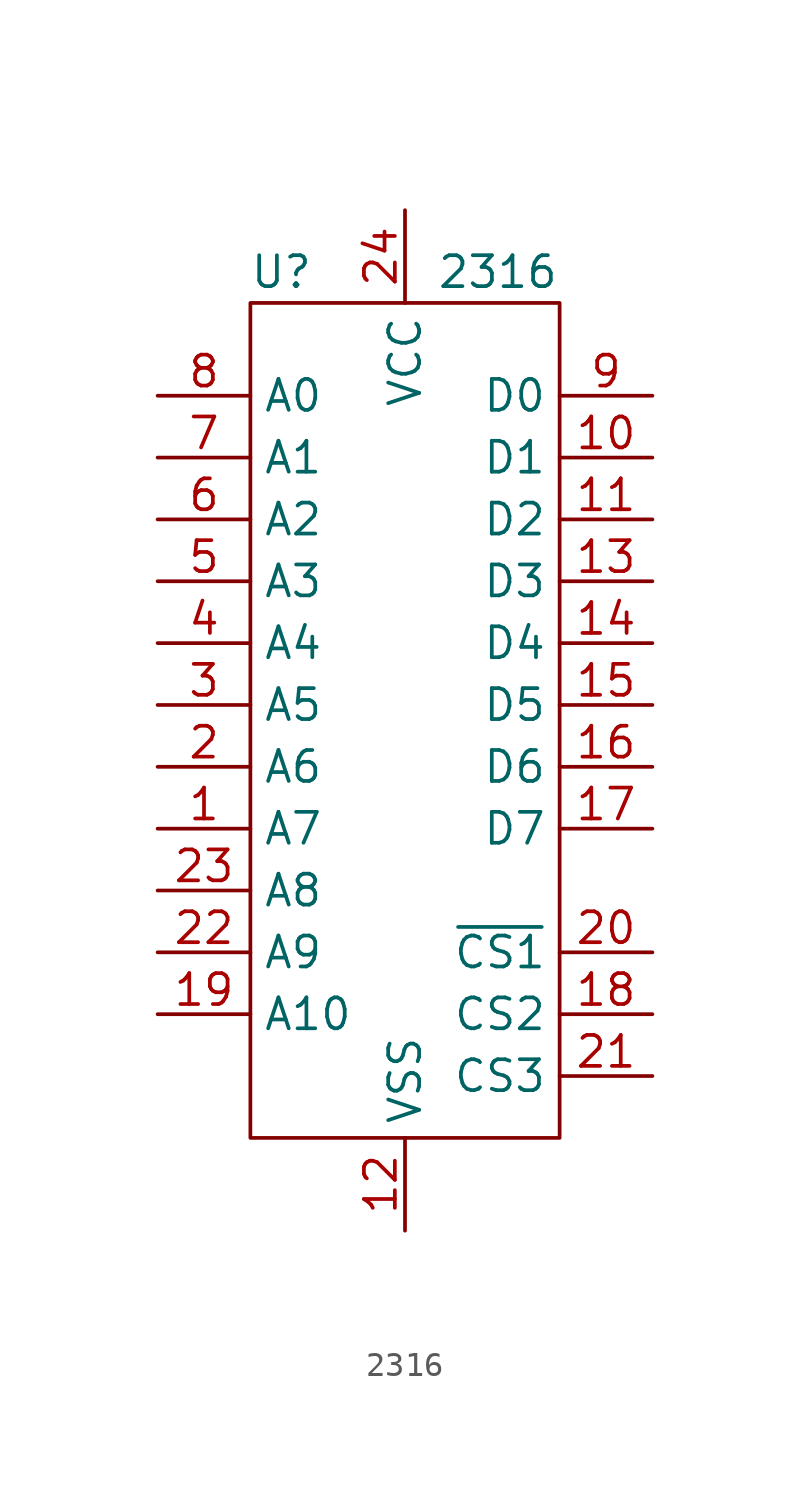
<source format=kicad_sym>
(kicad_symbol_lib
  (version 20220914)
  (generator kicad_symbol_editor)
  (symbol "2316"
    (property "Reference" "U"
      (at -5.08 -2.54 0)
      (effects (font (size 1.27 1.27))))
    (property "Value" "2316"
      (at 3.81 -2.54 0)
      (effects (font (size 1.27 1.27))))
    (symbol "2316_0_1"
      (rectangle (start -6.35 -3.81) (end 6.35 -38.1) (stroke (width 0) (type default)) (fill (type none))))
    (symbol "2316_1_1"
      (pin input line (at -10.16 -25.4 0) (length 3.81) (name "A7" (effects (font (size 1.27 1.27)))) (number "1" (effects (font (size 1.27 1.27)))))
      (pin output line (at 10.16 -10.16 180) (length 3.81) (name "D1" (effects (font (size 1.27 1.27)))) (number "10" (effects (font (size 1.27 1.27)))))
      (pin output line (at 10.16 -12.7 180) (length 3.81) (name "D2" (effects (font (size 1.27 1.27)))) (number "11" (effects (font (size 1.27 1.27)))))
      (pin power_in line (at 0 -41.91 90) (length 3.81) (name "VSS" (effects (font (size 1.27 1.27)))) (number "12" (effects (font (size 1.27 1.27)))))
      (pin output line (at 10.16 -15.24 180) (length 3.81) (name "D3" (effects (font (size 1.27 1.27)))) (number "13" (effects (font (size 1.27 1.27)))))
      (pin output line (at 10.16 -17.78 180) (length 3.81) (name "D4" (effects (font (size 1.27 1.27)))) (number "14" (effects (font (size 1.27 1.27)))))
      (pin output line (at 10.16 -20.32 180) (length 3.81) (name "D5" (effects (font (size 1.27 1.27)))) (number "15" (effects (font (size 1.27 1.27)))))
      (pin output line (at 10.16 -22.86 180) (length 3.81) (name "D6" (effects (font (size 1.27 1.27)))) (number "16" (effects (font (size 1.27 1.27)))))
      (pin output line (at 10.16 -25.4 180) (length 3.81) (name "D7" (effects (font (size 1.27 1.27)))) (number "17" (effects (font (size 1.27 1.27)))))
      (pin input line (at 10.16 -33.02 180) (length 3.81) (name "CS2" (effects (font (size 1.27 1.27)))) (number "18" (effects (font (size 1.27 1.27)))))
      (pin input line (at -10.16 -33.02 0) (length 3.81) (name "A10" (effects (font (size 1.27 1.27)))) (number "19" (effects (font (size 1.27 1.27)))))
      (pin input line (at -10.16 -22.86 0) (length 3.81) (name "A6" (effects (font (size 1.27 1.27)))) (number "2" (effects (font (size 1.27 1.27)))))
      (pin input line (at 10.16 -30.48 180) (length 3.81) (name "~{CS1}" (effects (font (size 1.27 1.27)))) (number "20" (effects (font (size 1.27 1.27)))))
      (pin input line (at 10.16 -35.56 180) (length 3.81) (name "CS3" (effects (font (size 1.27 1.27)))) (number "21" (effects (font (size 1.27 1.27)))))
      (pin input line (at -10.16 -30.48 0) (length 3.81) (name "A9" (effects (font (size 1.27 1.27)))) (number "22" (effects (font (size 1.27 1.27)))))
      (pin input line (at -10.16 -27.94 0) (length 3.81) (name "A8" (effects (font (size 1.27 1.27)))) (number "23" (effects (font (size 1.27 1.27)))))
      (pin power_in line (at 0 0 270) (length 3.81) (name "VCC" (effects (font (size 1.27 1.27)))) (number "24" (effects (font (size 1.27 1.27)))))
      (pin input line (at -10.16 -20.32 0) (length 3.81) (name "A5" (effects (font (size 1.27 1.27)))) (number "3" (effects (font (size 1.27 1.27)))))
      (pin input line (at -10.16 -17.78 0) (length 3.81) (name "A4" (effects (font (size 1.27 1.27)))) (number "4" (effects (font (size 1.27 1.27)))))
      (pin input line (at -10.16 -15.24 0) (length 3.81) (name "A3" (effects (font (size 1.27 1.27)))) (number "5" (effects (font (size 1.27 1.27)))))
      (pin input line (at -10.16 -12.7 0) (length 3.81) (name "A2" (effects (font (size 1.27 1.27)))) (number "6" (effects (font (size 1.27 1.27)))))
      (pin input line (at -10.16 -10.16 0) (length 3.81) (name "A1" (effects (font (size 1.27 1.27)))) (number "7" (effects (font (size 1.27 1.27)))))
      (pin input line (at -10.16 -7.62 0) (length 3.81) (name "A0" (effects (font (size 1.27 1.27)))) (number "8" (effects (font (size 1.27 1.27)))))
      (pin output line (at 10.16 -7.62 180) (length 3.81) (name "D0" (effects (font (size 1.27 1.27)))) (number "9" (effects (font (size 1.27 1.27))))))))
</source>
